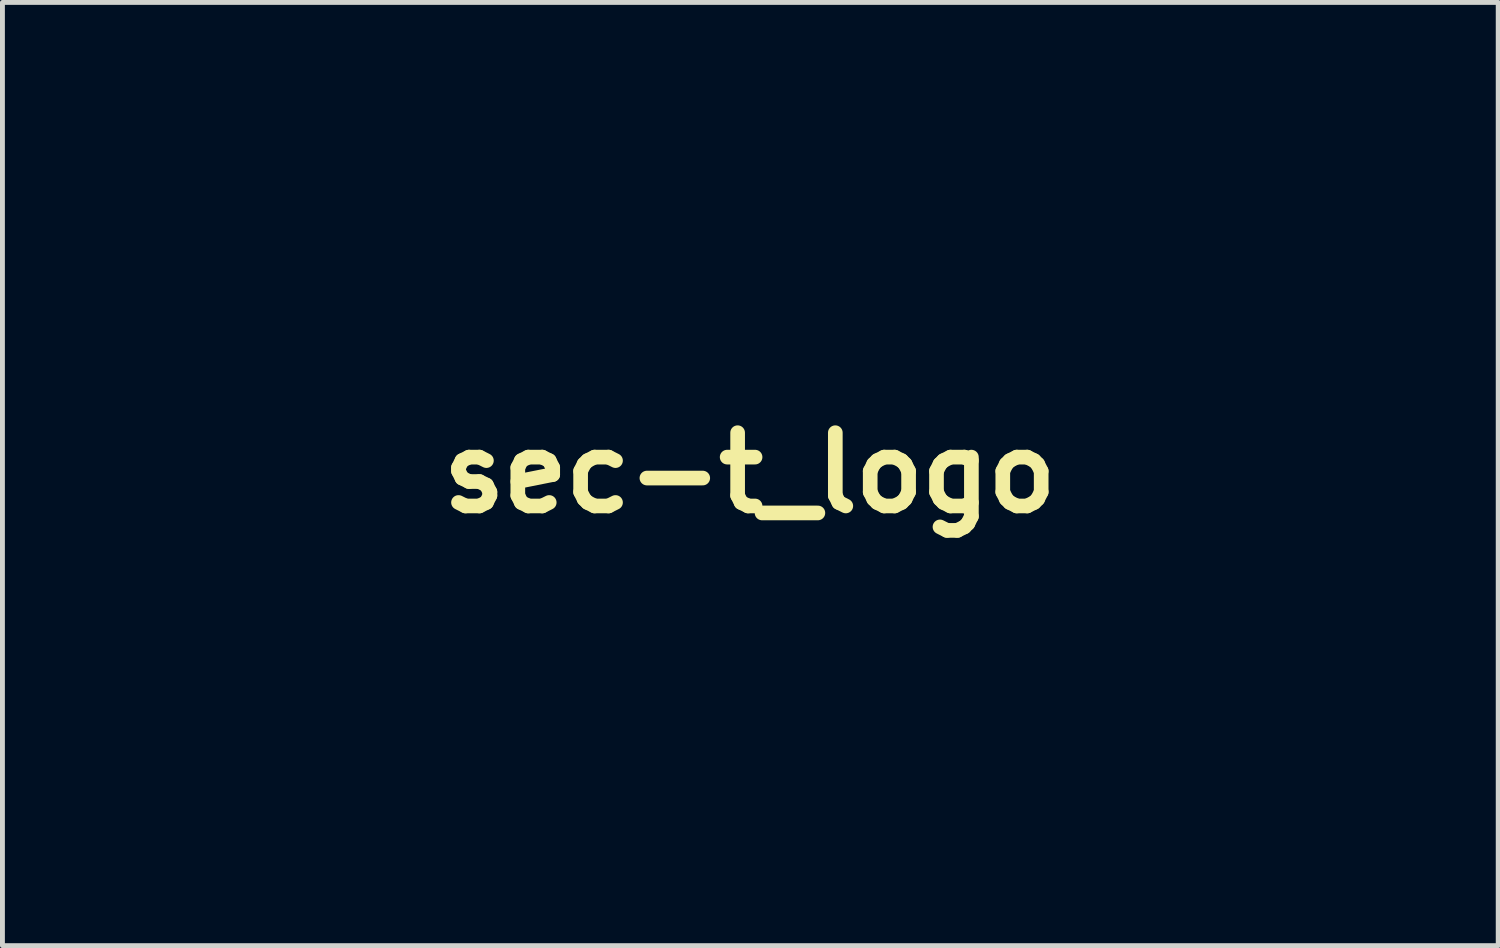
<source format=kicad_pcb>
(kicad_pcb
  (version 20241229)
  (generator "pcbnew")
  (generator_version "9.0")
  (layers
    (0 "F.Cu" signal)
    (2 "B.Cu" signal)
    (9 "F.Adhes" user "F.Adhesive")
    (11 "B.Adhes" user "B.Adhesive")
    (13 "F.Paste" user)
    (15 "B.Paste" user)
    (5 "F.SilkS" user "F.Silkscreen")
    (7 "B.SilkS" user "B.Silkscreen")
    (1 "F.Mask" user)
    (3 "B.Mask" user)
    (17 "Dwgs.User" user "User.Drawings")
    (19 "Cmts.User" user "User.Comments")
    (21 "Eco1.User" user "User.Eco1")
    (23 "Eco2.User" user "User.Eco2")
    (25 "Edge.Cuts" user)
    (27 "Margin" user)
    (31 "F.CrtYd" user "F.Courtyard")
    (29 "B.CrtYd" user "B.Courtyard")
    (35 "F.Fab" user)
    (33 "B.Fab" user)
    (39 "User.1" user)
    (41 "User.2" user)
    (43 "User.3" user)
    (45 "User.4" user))
  (footprint "sec-t_logo"
    (layer "F.Cu")
    (at 12.301 6.63)
    (property "Reference" "sec-t_logo" (at 0 0 0) (layer "F.SilkS") (effects (font (size 1.5 1.5) (thickness 0.3))))
    (attr board_only exclude_from_pos_files exclude_from_bom)
    (fp_poly (pts (xy 2.55 4.82) (xy 2.55 6.465) (xy 2.295 6.475) (xy 2.039 6.484) (xy 2.048 4.83) (xy 2.056 3.175) (xy 2.303 3.175) (xy 2.55 3.175)) (stroke (width 0) (type solid)) (fill yes) (layer "F.Mask"))
    (fp_poly (pts (xy 5.856 -1.727) (xy 5.856 -1.316) (xy 4.902 -1.316) (xy 3.948 -1.316) (xy 3.948 -1.727) (xy 3.948 -2.139) (xy 4.902 -2.139) (xy 5.856 -2.139)) (stroke (width 0) (type solid)) (fill yes) (layer "F.Mask"))
    (fp_poly (pts (xy -4.108 3.166) (xy -3.734 3.175) (xy -3.734 4.82) (xy -3.734 6.465) (xy -3.973 6.475) (xy -4.211 6.484) (xy -4.219 5.076) (xy -4.228 3.669) (xy -4.518 3.659) (xy -4.645 3.652) (xy -4.742 3.643) (xy -4.793 3.631) (xy -4.798 3.626) (xy -4.76 3.554) (xy -4.703 3.456) (xy -4.639 3.353) (xy -4.579 3.263) (xy -4.536 3.203) (xy -4.526 3.193) (xy -4.468 3.176) (xy -4.351 3.166) (xy -4.178 3.164)) (stroke (width 0) (type solid)) (fill yes) (layer "F.Mask"))
    (fp_poly (pts (xy -1.808 3.142) (xy -1.633 3.195) (xy -1.473 3.294) (xy -1.322 3.435) (xy -1.135 3.675) (xy -0.997 3.95) (xy -0.906 4.264) (xy -0.861 4.622) (xy -0.855 4.82) (xy -0.878 5.189) (xy -0.943 5.524) (xy -1.049 5.818) (xy -1.159 6.014) (xy -1.339 6.234) (xy -1.54 6.397) (xy -1.756 6.5) (xy -1.983 6.542) (xy -2.217 6.522) (xy -2.355 6.48) (xy -2.589 6.355) (xy -2.787 6.176) (xy -2.949 5.942) (xy -3.074 5.655) (xy -3.163 5.314) (xy -3.194 5.119) (xy -3.207 4.912) (xy -2.696 4.912) (xy -2.683 5.119) (xy -2.661 5.271) (xy -2.59 5.518) (xy -2.489 5.73) (xy -2.367 5.9) (xy -2.227 6.017) (xy -2.178 6.042) (xy -2.088 6.075) (xy -2.011 6.078) (xy -1.922 6.05) (xy -1.855 6.019) (xy -1.71 5.914) (xy -1.585 5.75) (xy -1.483 5.534) (xy -1.447 5.427) (xy -1.405 5.229) (xy -1.383 4.995) (xy -1.379 4.746) (xy -1.394 4.505) (xy -1.428 4.294) (xy -1.451 4.209) (xy -1.509 4.044) (xy -1.561 3.925) (xy -1.62 3.834) (xy -1.694 3.754) (xy -1.749 3.705) (xy -1.897 3.611) (xy -2.045 3.581) (xy -2.188 3.61) (xy -2.323 3.698) (xy -2.445 3.841) (xy -2.551 4.036) (xy -2.638 4.281) (xy -2.648 4.32) (xy -2.678 4.487) (xy -2.694 4.692) (xy -2.696 4.912) (xy -3.207 4.912) (xy -3.216 4.75) (xy -3.186 4.392) (xy -3.105 4.057) (xy -2.976 3.754) (xy -2.892 3.615) (xy -2.725 3.407) (xy -2.545 3.259) (xy -2.342 3.168) (xy -2.109 3.128) (xy -2.019 3.126)) (stroke (width 0) (type solid)) (fill yes) (layer "F.Mask"))
    (fp_poly (pts (xy -8.645 3.153) (xy -8.424 3.238) (xy -8.227 3.38) (xy -8.053 3.584) (xy -7.98 3.698) (xy -7.851 3.974) (xy -7.764 4.287) (xy -7.719 4.622) (xy -7.716 4.966) (xy -7.755 5.303) (xy -7.835 5.62) (xy -7.958 5.903) (xy -7.98 5.942) (xy -8.143 6.168) (xy -8.332 6.343) (xy -8.541 6.466) (xy -8.763 6.532) (xy -8.99 6.54) (xy -9.216 6.485) (xy -9.217 6.485) (xy -9.443 6.361) (xy -9.641 6.18) (xy -9.807 5.943) (xy -9.94 5.652) (xy -9.958 5.602) (xy -10 5.465) (xy -10.029 5.333) (xy -10.047 5.182) (xy -10.059 4.992) (xy -10.061 4.941) (xy -10.059 4.817) (xy -9.541 4.817) (xy -9.524 5.153) (xy -9.472 5.442) (xy -9.386 5.679) (xy -9.268 5.864) (xy -9.117 5.993) (xy -9.074 6.017) (xy -8.968 6.065) (xy -8.892 6.082) (xy -8.818 6.067) (xy -8.72 6.021) (xy -8.571 5.91) (xy -8.447 5.748) (xy -8.35 5.545) (xy -8.28 5.312) (xy -8.238 5.057) (xy -8.224 4.792) (xy -8.241 4.527) (xy -8.289 4.272) (xy -8.368 4.036) (xy -8.481 3.831) (xy -8.508 3.794) (xy -8.639 3.665) (xy -8.786 3.597) (xy -8.939 3.588) (xy -9.09 3.636) (xy -9.229 3.74) (xy -9.348 3.899) (xy -9.357 3.915) (xy -9.436 4.08) (xy -9.49 4.247) (xy -9.523 4.434) (xy -9.539 4.658) (xy -9.541 4.817) (xy -10.059 4.817) (xy -10.057 4.559) (xy -10.012 4.225) (xy -9.925 3.933) (xy -9.795 3.677) (xy -9.618 3.45) (xy -9.531 3.365) (xy -9.381 3.245) (xy -9.234 3.171) (xy -9.067 3.134) (xy -8.895 3.126)) (stroke (width 0) (type solid)) (fill yes) (layer "F.Mask"))
    (fp_poly (pts (xy 6.987 3.002) (xy 7.02 3.029) (xy 7.072 3.078) (xy 7.147 3.151) (xy 7.247 3.251) (xy 7.375 3.382) (xy 7.535 3.547) (xy 7.729 3.748) (xy 7.959 3.99) (xy 8.23 4.273) (xy 8.454 4.508) (xy 8.644 4.707) (xy 8.821 4.891) (xy 8.978 5.054) (xy 9.112 5.19) (xy 9.216 5.296) (xy 9.285 5.364) (xy 9.314 5.39) (xy 9.314 5.39) (xy 9.321 5.361) (xy 9.329 5.273) (xy 9.335 5.133) (xy 9.341 4.947) (xy 9.346 4.723) (xy 9.35 4.467) (xy 9.352 4.288) (xy 9.36 3.175) (xy 9.607 3.175) (xy 9.854 3.175) (xy 9.863 4.927) (xy 9.864 5.333) (xy 9.864 5.691) (xy 9.863 5.998) (xy 9.86 6.251) (xy 9.856 6.448) (xy 9.851 6.586) (xy 9.845 6.663) (xy 9.839 6.679) (xy 9.797 6.654) (xy 9.782 6.634) (xy 9.751 6.597) (xy 9.681 6.52) (xy 9.576 6.407) (xy 9.443 6.265) (xy 9.285 6.099) (xy 9.108 5.915) (xy 8.919 5.718) (xy 8.722 5.513) (xy 8.522 5.306) (xy 8.325 5.103) (xy 8.136 4.909) (xy 7.961 4.73) (xy 7.805 4.572) (xy 7.673 4.439) (xy 7.571 4.337) (xy 7.504 4.272) (xy 7.477 4.25) (xy 7.466 4.26) (xy 7.456 4.3) (xy 7.449 4.375) (xy 7.443 4.491) (xy 7.44 4.653) (xy 7.437 4.866) (xy 7.436 5.135) (xy 7.436 5.362) (xy 7.436 6.484) (xy 7.197 6.475) (xy 6.959 6.465) (xy 6.95 4.73) (xy 6.949 4.391) (xy 6.949 4.075) (xy 6.95 3.789) (xy 6.952 3.538) (xy 6.955 3.328) (xy 6.959 3.164) (xy 6.963 3.052) (xy 6.968 2.998) (xy 6.97 2.994)) (stroke (width 0) (type solid)) (fill yes) (layer "F.Mask"))
    (fp_poly (pts (xy 4.933 3.122) (xy 5.099 3.134) (xy 5.219 3.157) (xy 5.508 3.272) (xy 5.765 3.436) (xy 5.978 3.628) (xy 6.168 3.843) (xy 6.304 4.049) (xy 6.394 4.263) (xy 6.444 4.501) (xy 6.463 4.782) (xy 6.463 4.82) (xy 6.458 5.052) (xy 6.436 5.24) (xy 6.391 5.405) (xy 6.318 5.568) (xy 6.209 5.75) (xy 6.179 5.795) (xy 5.984 6.033) (xy 5.739 6.235) (xy 5.456 6.394) (xy 5.164 6.499) (xy 4.999 6.528) (xy 4.8 6.541) (xy 4.594 6.539) (xy 4.408 6.521) (xy 4.31 6.5) (xy 3.984 6.377) (xy 3.695 6.2) (xy 3.448 5.975) (xy 3.247 5.705) (xy 3.096 5.394) (xy 3.063 5.3) (xy 3.038 5.175) (xy 3.026 5.005) (xy 3.026 4.831) (xy 3.555 4.831) (xy 3.56 4.998) (xy 3.574 5.142) (xy 3.593 5.229) (xy 3.702 5.456) (xy 3.864 5.665) (xy 4.066 5.842) (xy 4.277 5.966) (xy 4.381 6.004) (xy 4.508 6.037) (xy 4.634 6.062) (xy 4.735 6.071) (xy 4.771 6.069) (xy 4.832 6.058) (xy 4.928 6.042) (xy 4.968 6.036) (xy 5.198 5.972) (xy 5.412 5.851) (xy 5.595 5.693) (xy 5.738 5.536) (xy 5.837 5.39) (xy 5.898 5.235) (xy 5.929 5.053) (xy 5.938 4.837) (xy 5.936 4.672) (xy 5.929 4.553) (xy 5.912 4.461) (xy 5.883 4.375) (xy 5.852 4.306) (xy 5.704 4.062) (xy 5.516 3.866) (xy 5.295 3.72) (xy 5.049 3.626) (xy 4.786 3.589) (xy 4.515 3.611) (xy 4.244 3.695) (xy 4.213 3.708) (xy 4.055 3.807) (xy 3.895 3.952) (xy 3.752 4.124) (xy 3.639 4.306) (xy 3.595 4.409) (xy 3.573 4.514) (xy 3.559 4.662) (xy 3.555 4.831) (xy 3.026 4.831) (xy 3.026 4.812) (xy 3.036 4.614) (xy 3.058 4.433) (xy 3.089 4.288) (xy 3.095 4.272) (xy 3.221 3.994) (xy 3.402 3.738) (xy 3.626 3.513) (xy 3.882 3.33) (xy 4.16 3.199) (xy 4.24 3.173) (xy 4.376 3.146) (xy 4.551 3.128) (xy 4.743 3.12)) (stroke (width 0) (type solid)) (fill yes) (layer "F.Mask"))
    (fp_poly (pts (xy -6.859 3.315) (xy -6.788 3.44) (xy -6.713 3.573) (xy -6.687 3.619) (xy -6.562 3.84) (xy -6.464 4.007) (xy -6.393 4.122) (xy -6.345 4.189) (xy -6.318 4.211) (xy -6.318 4.211) (xy -6.294 4.185) (xy -6.244 4.114) (xy -6.175 4.01) (xy -6.096 3.886) (xy -6.013 3.752) (xy -5.933 3.622) (xy -5.865 3.506) (xy -5.816 3.417) (xy -5.794 3.373) (xy -5.768 3.325) (xy -5.721 3.253) (xy -5.718 3.249) (xy -5.682 3.204) (xy -5.641 3.177) (xy -5.578 3.163) (xy -5.476 3.159) (xy -5.396 3.159) (xy -5.271 3.162) (xy -5.174 3.172) (xy -5.122 3.185) (xy -5.118 3.189) (xy -5.115 3.203) (xy -5.122 3.228) (xy -5.14 3.27) (xy -5.174 3.335) (xy -5.226 3.427) (xy -5.3 3.553) (xy -5.399 3.718) (xy -5.525 3.927) (xy -5.682 4.186) (xy -5.705 4.224) (xy -6.023 4.747) (xy -5.814 5.113) (xy -5.72 5.275) (xy -5.605 5.474) (xy -5.483 5.686) (xy -5.364 5.892) (xy -5.323 5.962) (xy -5.231 6.122) (xy -5.155 6.261) (xy -5.097 6.371) (xy -5.065 6.442) (xy -5.06 6.464) (xy -5.099 6.472) (xy -5.187 6.478) (xy -5.306 6.481) (xy -5.334 6.482) (xy -5.59 6.482) (xy -5.685 6.342) (xy -5.735 6.264) (xy -5.808 6.142) (xy -5.897 5.991) (xy -5.993 5.825) (xy -6.036 5.749) (xy -6.125 5.593) (xy -6.204 5.459) (xy -6.267 5.355) (xy -6.307 5.293) (xy -6.318 5.28) (xy -6.342 5.302) (xy -6.394 5.373) (xy -6.468 5.485) (xy -6.56 5.629) (xy -6.665 5.799) (xy -6.704 5.865) (xy -7.065 6.465) (xy -7.349 6.475) (xy -7.476 6.476) (xy -7.574 6.471) (xy -7.628 6.46) (xy -7.633 6.454) (xy -7.617 6.42) (xy -7.571 6.336) (xy -7.499 6.211) (xy -7.406 6.052) (xy -7.296 5.866) (xy -7.174 5.661) (xy -7.151 5.624) (xy -7.026 5.415) (xy -6.912 5.222) (xy -6.814 5.054) (xy -6.735 4.918) (xy -6.681 4.822) (xy -6.657 4.773) (xy -6.656 4.77) (xy -6.66 4.738) (xy -6.684 4.677) (xy -6.731 4.581) (xy -6.802 4.447) (xy -6.901 4.27) (xy -7.03 4.045) (xy -7.172 3.8) (xy -7.288 3.602) (xy -7.374 3.453) (xy -7.434 3.345) (xy -7.473 3.272) (xy -7.494 3.226) (xy -7.501 3.2) (xy -7.502 3.196) (xy -7.471 3.175) (xy -7.378 3.163) (xy -7.225 3.159) (xy -6.948 3.159)) (stroke (width 0) (type solid)) (fill yes) (layer "F.Mask"))
    (fp_poly (pts (xy 0.768 3.115) (xy 0.873 3.125) (xy 0.958 3.149) (xy 1.048 3.19) (xy 1.08 3.208) (xy 1.177 3.272) (xy 1.282 3.359) (xy 1.38 3.455) (xy 1.46 3.546) (xy 1.507 3.619) (xy 1.513 3.646) (xy 1.487 3.68) (xy 1.421 3.732) (xy 1.333 3.79) (xy 1.242 3.842) (xy 1.167 3.876) (xy 1.137 3.882) (xy 1.088 3.858) (xy 1.03 3.797) (xy 1.023 3.788) (xy 0.903 3.67) (xy 0.758 3.605) (xy 0.601 3.589) (xy 0.445 3.623) (xy 0.305 3.706) (xy 0.194 3.835) (xy 0.182 3.856) (xy 0.143 3.937) (xy 0.135 3.995) (xy 0.159 4.064) (xy 0.173 4.093) (xy 0.246 4.197) (xy 0.367 4.293) (xy 0.543 4.386) (xy 0.674 4.441) (xy 0.927 4.548) (xy 1.126 4.652) (xy 1.281 4.761) (xy 1.402 4.881) (xy 1.501 5.021) (xy 1.506 5.03) (xy 1.549 5.109) (xy 1.575 5.182) (xy 1.589 5.27) (xy 1.593 5.391) (xy 1.594 5.494) (xy 1.591 5.652) (xy 1.58 5.764) (xy 1.559 5.853) (xy 1.523 5.939) (xy 1.505 5.976) (xy 1.376 6.163) (xy 1.201 6.328) (xy 1.001 6.452) (xy 0.933 6.481) (xy 0.757 6.525) (xy 0.555 6.544) (xy 0.355 6.535) (xy 0.197 6.502) (xy -0.03 6.399) (xy -0.215 6.252) (xy -0.362 6.057) (xy -0.474 5.808) (xy -0.49 5.761) (xy -0.515 5.674) (xy -0.526 5.61) (xy -0.526 5.606) (xy -0.494 5.568) (xy -0.401 5.531) (xy -0.252 5.495) (xy -0.14 5.475) (xy -0.052 5.465) (xy -0.012 5.474) (xy -0.000336 5.508) (xy 0 5.524) (xy 0.022 5.63) (xy 0.078 5.755) (xy 0.154 5.873) (xy 0.236 5.959) (xy 0.242 5.964) (xy 0.319 6.007) (xy 0.41 6.03) (xy 0.538 6.037) (xy 0.566 6.037) (xy 0.687 6.035) (xy 0.767 6.022) (xy 0.828 5.99) (xy 0.894 5.933) (xy 0.902 5.925) (xy 1.021 5.771) (xy 1.075 5.603) (xy 1.072 5.454) (xy 1.032 5.314) (xy 0.957 5.194) (xy 0.839 5.088) (xy 0.671 4.989) (xy 0.445 4.889) (xy 0.444 4.889) (xy 0.175 4.767) (xy -0.035 4.636) (xy -0.191 4.49) (xy -0.298 4.327) (xy -0.328 4.257) (xy -0.377 4.099) (xy -0.391 3.968) (xy -0.372 3.834) (xy -0.353 3.767) (xy -0.254 3.544) (xy -0.106 3.366) (xy -0.026 3.303) (xy 0.116 3.212) (xy 0.249 3.155) (xy 0.396 3.125) (xy 0.579 3.114) (xy 0.62 3.113)) (stroke (width 0) (type solid)) (fill yes) (layer "F.Mask"))
    (fp_poly (pts (xy 2.681 -4.178) (xy 3.006 -4.175) (xy 3.271 -4.171) (xy 3.477 -4.165) (xy 3.629 -4.157) (xy 3.728 -4.147) (xy 3.763 -4.14) (xy 3.991 -4.042) (xy 4.19 -3.892) (xy 4.351 -3.701) (xy 4.468 -3.48) (xy 4.531 -3.239) (xy 4.54 -3.105) (xy 4.54 -2.928) (xy 4.113 -2.928) (xy 3.685 -2.928) (xy 3.685 -3.054) (xy 3.664 -3.174) (xy 3.609 -3.252) (xy 3.588 -3.27) (xy 3.564 -3.285) (xy 3.53 -3.297) (xy 3.48 -3.306) (xy 3.407 -3.312) (xy 3.304 -3.317) (xy 3.165 -3.32) (xy 2.984 -3.322) (xy 2.753 -3.323) (xy 2.466 -3.323) (xy 2.295 -3.323) (xy 1.058 -3.323) (xy 0.989 -3.236) (xy 0.974 -3.215) (xy 0.96 -3.189) (xy 0.95 -3.154) (xy 0.941 -3.104) (xy 0.934 -3.033) (xy 0.929 -2.935) (xy 0.926 -2.804) (xy 0.924 -2.634) (xy 0.922 -2.419) (xy 0.921 -2.154) (xy 0.921 -1.832) (xy 0.921 -1.606) (xy 0.921 -1.236) (xy 0.922 -0.926) (xy 0.924 -0.671) (xy 0.927 -0.465) (xy 0.932 -0.301) (xy 0.94 -0.174) (xy 0.95 -0.079) (xy 0.963 -0.009) (xy 0.98 0.04) (xy 1.001 0.076) (xy 1.026 0.103) (xy 1.05 0.122) (xy 1.083 0.134) (xy 1.154 0.143) (xy 1.266 0.15) (xy 1.425 0.156) (xy 1.634 0.16) (xy 1.9 0.162) (xy 2.225 0.163) (xy 2.308 0.163) (xy 2.641 0.164) (xy 2.915 0.164) (xy 3.135 0.161) (xy 3.307 0.155) (xy 3.437 0.143) (xy 3.532 0.125) (xy 3.597 0.099) (xy 3.639 0.064) (xy 3.662 0.017) (xy 3.674 -0.042) (xy 3.681 -0.115) (xy 3.685 -0.17) (xy 3.701 -0.378) (xy 4.113 -0.378) (xy 4.524 -0.378) (xy 4.534 -0.158) (xy 4.517 0.123) (xy 4.441 0.375) (xy 4.305 0.599) (xy 4.112 0.792) (xy 4.088 0.811) (xy 4.021 0.86) (xy 3.955 0.901) (xy 3.885 0.934) (xy 3.802 0.96) (xy 3.702 0.981) (xy 3.577 0.996) (xy 3.42 1.006) (xy 3.225 1.013) (xy 2.985 1.016) (xy 2.693 1.018) (xy 2.344 1.017) (xy 2.282 1.017) (xy 1.948 1.016) (xy 1.649 1.013) (xy 1.39 1.008) (xy 1.178 1.003) (xy 1.016 0.996) (xy 0.911 0.988) (xy 0.872 0.982) (xy 0.627 0.877) (xy 0.435 0.744) (xy 0.287 0.576) (xy 0.246 0.511) (xy 0.207 0.443) (xy 0.174 0.379) (xy 0.147 0.314) (xy 0.124 0.24) (xy 0.107 0.153) (xy 0.093 0.045) (xy 0.083 -0.089) (xy 0.076 -0.255) (xy 0.071 -0.459) (xy 0.068 -0.708) (xy 0.067 -1.007) (xy 0.066 -1.362) (xy 0.066 -1.579) (xy 0.067 -1.985) (xy 0.069 -2.343) (xy 0.073 -2.653) (xy 0.077 -2.909) (xy 0.083 -3.11) (xy 0.09 -3.252) (xy 0.099 -3.331) (xy 0.101 -3.34) (xy 0.196 -3.587) (xy 0.342 -3.803) (xy 0.53 -3.977) (xy 0.751 -4.101) (xy 0.776 -4.111) (xy 0.824 -4.128) (xy 0.874 -4.142) (xy 0.932 -4.153) (xy 1.005 -4.161) (xy 1.1 -4.168) (xy 1.225 -4.172) (xy 1.385 -4.175) (xy 1.588 -4.177) (xy 1.84 -4.178) (xy 2.148 -4.178) (xy 2.292 -4.178)) (stroke (width 0) (type solid)) (fill yes) (layer "F.Mask"))
    (fp_poly (pts (xy 7.395 -5.43) (xy 7.398 -5.098) (xy 7.402 -4.826) (xy 7.406 -4.61) (xy 7.412 -4.446) (xy 7.419 -4.328) (xy 7.428 -4.251) (xy 7.439 -4.212) (xy 7.444 -4.205) (xy 7.487 -4.198) (xy 7.586 -4.192) (xy 7.734 -4.187) (xy 7.922 -4.184) (xy 8.142 -4.181) (xy 8.384 -4.18) (xy 8.451 -4.18) (xy 8.696 -4.18) (xy 8.919 -4.18) (xy 9.112 -4.178) (xy 9.266 -4.176) (xy 9.374 -4.174) (xy 9.426 -4.171) (xy 9.429 -4.17) (xy 9.411 -4.144) (xy 9.353 -4.08) (xy 9.262 -3.985) (xy 9.146 -3.866) (xy 9.02 -3.74) (xy 8.598 -3.323) (xy 8 -3.323) (xy 7.403 -3.323) (xy 7.403 -1.647) (xy 7.403 0.028) (xy 7.49 0.096) (xy 7.513 0.113) (xy 7.54 0.127) (xy 7.576 0.138) (xy 7.63 0.146) (xy 7.706 0.153) (xy 7.81 0.158) (xy 7.95 0.161) (xy 8.131 0.163) (xy 8.36 0.164) (xy 8.643 0.164) (xy 8.945 0.164) (xy 9.262 0.163) (xy 9.557 0.16) (xy 9.823 0.157) (xy 10.053 0.152) (xy 10.239 0.146) (xy 10.376 0.139) (xy 10.455 0.132) (xy 10.463 0.13) (xy 10.736 0.037) (xy 10.978 -0.111) (xy 11.183 -0.311) (xy 11.343 -0.555) (xy 11.355 -0.579) (xy 11.466 -0.806) (xy 11.466 -2.418) (xy 11.466 -4.03) (xy 11.378 -4.219) (xy 11.228 -4.463) (xy 11.028 -4.674) (xy 10.789 -4.841) (xy 10.627 -4.917) (xy 10.577 -4.924) (xy 10.468 -4.932) (xy 10.309 -4.94) (xy 10.107 -4.948) (xy 9.869 -4.955) (xy 9.604 -4.961) (xy 9.319 -4.966) (xy 9.245 -4.967) (xy 7.946 -4.985) (xy 7.937 -5.405) (xy 7.927 -5.826) (xy 9.302 -5.817) (xy 9.649 -5.814) (xy 9.937 -5.812) (xy 10.174 -5.808) (xy 10.368 -5.803) (xy 10.524 -5.795) (xy 10.652 -5.783) (xy 10.758 -5.766) (xy 10.85 -5.744) (xy 10.934 -5.716) (xy 11.019 -5.681) (xy 11.111 -5.637) (xy 11.216 -5.586) (xy 11.426 -5.458) (xy 11.638 -5.282) (xy 11.836 -5.076) (xy 12.006 -4.854) (xy 12.132 -4.634) (xy 12.137 -4.623) (xy 12.176 -4.538) (xy 12.205 -4.475) (xy 12.23 -4.418) (xy 12.252 -4.355) (xy 12.27 -4.282) (xy 12.284 -4.191) (xy 12.296 -4.079) (xy 12.305 -3.937) (xy 12.311 -3.762) (xy 12.316 -3.546) (xy 12.319 -3.286) (xy 12.321 -2.973) (xy 12.322 -2.604) (xy 12.322 -2.385) (xy 12.322 -2.01) (xy 12.321 -1.694) (xy 12.32 -1.432) (xy 12.319 -1.218) (xy 12.316 -1.045) (xy 12.312 -0.908) (xy 12.307 -0.801) (xy 12.3 -0.717) (xy 12.291 -0.65) (xy 12.28 -0.595) (xy 12.267 -0.546) (xy 12.251 -0.496) (xy 12.247 -0.486) (xy 12.095 -0.126) (xy 11.895 0.189) (xy 11.65 0.458) (xy 11.362 0.677) (xy 11.034 0.845) (xy 10.668 0.96) (xy 10.547 0.985) (xy 10.469 0.993) (xy 10.335 1) (xy 10.155 1.006) (xy 9.936 1.01) (xy 9.686 1.013) (xy 9.416 1.016) (xy 9.132 1.017) (xy 8.843 1.017) (xy 8.557 1.016) (xy 8.284 1.013) (xy 8.031 1.01) (xy 7.806 1.006) (xy 7.619 1) (xy 7.477 0.994) (xy 7.389 0.986) (xy 7.37 0.982) (xy 7.119 0.881) (xy 6.9 0.727) (xy 6.723 0.53) (xy 6.651 0.413) (xy 6.564 0.247) (xy 6.564 -3.191) (xy 6.564 -6.63) (xy 6.975 -6.63) (xy 7.386 -6.63)) (stroke (width 0) (type solid)) (fill yes) (layer "F.Mask"))
    (fp_poly (pts (xy -2.691 -4.18) (xy -2.419 -4.179) (xy -2.16 -4.176) (xy -1.922 -4.171) (xy -1.713 -4.165) (xy -1.543 -4.158) (xy -1.421 -4.149) (xy -1.354 -4.139) (xy -1.351 -4.139) (xy -1.197 -4.069) (xy -1.04 -3.97) (xy -0.901 -3.858) (xy -0.809 -3.755) (xy -0.744 -3.656) (xy -0.694 -3.564) (xy -0.656 -3.468) (xy -0.629 -3.358) (xy -0.61 -3.223) (xy -0.599 -3.055) (xy -0.594 -2.843) (xy -0.592 -2.577) (xy -0.592 -2.517) (xy -0.592 -1.744) (xy -2.362 -1.744) (xy -2.775 -1.743) (xy -3.126 -1.742) (xy -3.418 -1.74) (xy -3.657 -1.737) (xy -3.845 -1.733) (xy -3.987 -1.728) (xy -4.086 -1.721) (xy -4.146 -1.713) (xy -4.172 -1.704) (xy -4.185 -1.659) (xy -4.195 -1.559) (xy -4.203 -1.416) (xy -4.209 -1.24) (xy -4.213 -1.042) (xy -4.214 -0.834) (xy -4.212 -0.627) (xy -4.208 -0.431) (xy -4.202 -0.258) (xy -4.193 -0.118) (xy -4.182 -0.024) (xy -4.173 0.01) (xy -4.152 0.049) (xy -4.128 0.08) (xy -4.095 0.105) (xy -4.048 0.125) (xy -3.978 0.139) (xy -3.88 0.149) (xy -3.747 0.156) (xy -3.574 0.16) (xy -3.352 0.162) (xy -3.076 0.163) (xy -2.825 0.163) (xy -2.491 0.164) (xy -2.218 0.164) (xy -1.998 0.161) (xy -1.826 0.155) (xy -1.695 0.143) (xy -1.601 0.125) (xy -1.536 0.099) (xy -1.494 0.064) (xy -1.47 0.017) (xy -1.458 -0.042) (xy -1.452 -0.115) (xy -1.448 -0.17) (xy -1.431 -0.378) (xy -1.02 -0.378) (xy -0.609 -0.378) (xy -0.599 -0.158) (xy -0.616 0.123) (xy -0.692 0.375) (xy -0.827 0.599) (xy -1.021 0.792) (xy -1.045 0.811) (xy -1.112 0.86) (xy -1.177 0.901) (xy -1.248 0.934) (xy -1.33 0.96) (xy -1.431 0.981) (xy -1.556 0.996) (xy -1.713 1.006) (xy -1.908 1.013) (xy -2.148 1.016) (xy -2.439 1.018) (xy -2.789 1.017) (xy -2.851 1.017) (xy -3.175 1.016) (xy -3.467 1.013) (xy -3.724 1.009) (xy -3.937 1.003) (xy -4.103 0.997) (xy -4.213 0.989) (xy -4.261 0.982) (xy -4.519 0.866) (xy -4.729 0.707) (xy -4.889 0.504) (xy -5 0.257) (xy -5.02 0.19) (xy -5.032 0.111) (xy -5.042 -0.026) (xy -5.051 -0.212) (xy -5.058 -0.439) (xy -5.063 -0.698) (xy -5.067 -0.983) (xy -5.07 -1.283) (xy -5.07 -1.591) (xy -5.07 -1.899) (xy -5.067 -2.198) (xy -5.063 -2.481) (xy -5.057 -2.738) (xy -5.057 -2.742) (xy -4.215 -2.742) (xy -4.211 -2.69) (xy -4.196 -2.649) (xy -4.163 -2.619) (xy -4.107 -2.597) (xy -4.022 -2.582) (xy -3.902 -2.573) (xy -3.742 -2.569) (xy -3.536 -2.569) (xy -3.278 -2.571) (xy -2.962 -2.573) (xy -2.818 -2.574) (xy -1.464 -2.583) (xy -1.455 -2.875) (xy -1.451 -3.019) (xy -1.455 -3.113) (xy -1.469 -3.175) (xy -1.496 -3.221) (xy -1.518 -3.245) (xy -1.591 -3.323) (xy -2.8 -3.323) (xy -3.077 -3.323) (xy -3.335 -3.321) (xy -3.566 -3.319) (xy -3.761 -3.315) (xy -3.914 -3.312) (xy -4.017 -3.307) (xy -4.062 -3.303) (xy -4.062 -3.303) (xy -4.133 -3.242) (xy -4.183 -3.127) (xy -4.209 -2.967) (xy -4.211 -2.883) (xy -4.213 -2.806) (xy -4.215 -2.742) (xy -5.057 -2.742) (xy -5.05 -2.962) (xy -5.041 -3.145) (xy -5.031 -3.277) (xy -5.02 -3.348) (xy -4.934 -3.579) (xy -4.809 -3.781) (xy -4.691 -3.909) (xy -4.618 -3.968) (xy -4.54 -4.017) (xy -4.44 -4.068) (xy -4.298 -4.128) (xy -4.267 -4.141) (xy -4.209 -4.151) (xy -4.094 -4.16) (xy -3.931 -4.167) (xy -3.727 -4.172) (xy -3.493 -4.177) (xy -3.236 -4.179) (xy -2.966 -4.181)) (stroke (width 0) (type solid)) (fill yes) (layer "F.Mask"))
    (fp_poly (pts (xy 6.014 -5.404) (xy 6.005 -4.985) (xy -2.27 -4.968) (xy -10.545 -4.952) (xy -10.752 -4.856) (xy -10.956 -4.732) (xy -11.144 -4.56) (xy -11.299 -4.361) (xy -11.389 -4.188) (xy -11.407 -4.143) (xy -11.422 -4.101) (xy -11.434 -4.054) (xy -11.443 -3.996) (xy -11.451 -3.922) (xy -11.456 -3.825) (xy -11.461 -3.7) (xy -11.463 -3.539) (xy -11.465 -3.338) (xy -11.466 -3.089) (xy -11.466 -2.787) (xy -11.466 -2.426) (xy -11.466 -2.402) (xy -11.466 -0.806) (xy -11.358 -0.586) (xy -11.2 -0.334) (xy -10.998 -0.129) (xy -10.755 0.025) (xy -10.474 0.125) (xy -10.456 0.129) (xy -10.382 0.138) (xy -10.244 0.145) (xy -10.042 0.152) (xy -9.778 0.157) (xy -9.454 0.161) (xy -9.07 0.163) (xy -8.627 0.164) (xy -8.472 0.165) (xy -8.072 0.164) (xy -7.732 0.164) (xy -7.447 0.162) (xy -7.212 0.16) (xy -7.023 0.157) (xy -6.874 0.153) (xy -6.759 0.148) (xy -6.674 0.142) (xy -6.613 0.134) (xy -6.572 0.124) (xy -6.546 0.114) (xy -6.449 0.064) (xy -6.449 -0.79) (xy -6.449 -1.643) (xy -6.546 -1.694) (xy -6.579 -1.707) (xy -6.629 -1.717) (xy -6.701 -1.726) (xy -6.802 -1.732) (xy -6.937 -1.737) (xy -7.114 -1.74) (xy -7.338 -1.742) (xy -7.616 -1.744) (xy -7.925 -1.744) (xy -8.25 -1.744) (xy -8.517 -1.745) (xy -8.732 -1.746) (xy -8.901 -1.749) (xy -9.032 -1.753) (xy -9.132 -1.759) (xy -9.207 -1.767) (xy -9.265 -1.777) (xy -9.311 -1.791) (xy -9.354 -1.807) (xy -9.365 -1.811) (xy -9.595 -1.941) (xy -9.774 -2.113) (xy -9.902 -2.317) (xy -9.943 -2.405) (xy -9.971 -2.48) (xy -9.988 -2.558) (xy -9.997 -2.654) (xy -10.001 -2.783) (xy -10.002 -2.963) (xy -10.002 -2.969) (xy -10.001 -3.149) (xy -9.998 -3.279) (xy -9.989 -3.375) (xy -9.972 -3.45) (xy -9.945 -3.522) (xy -9.906 -3.604) (xy -9.902 -3.612) (xy -9.769 -3.82) (xy -9.6 -3.98) (xy -9.386 -4.101) (xy -9.211 -4.178) (xy -7.682 -4.178) (xy -7.371 -4.178) (xy -7.082 -4.176) (xy -6.821 -4.174) (xy -6.593 -4.171) (xy -6.406 -4.167) (xy -6.266 -4.162) (xy -6.18 -4.157) (xy -6.153 -4.152) (xy -6.175 -4.121) (xy -6.237 -4.053) (xy -6.33 -3.954) (xy -6.449 -3.834) (xy -6.559 -3.724) (xy -6.965 -3.323) (xy -8 -3.323) (xy -8.3 -3.323) (xy -8.54 -3.321) (xy -8.728 -3.318) (xy -8.869 -3.313) (xy -8.971 -3.306) (xy -9.041 -3.297) (xy -9.083 -3.285) (xy -9.099 -3.276) (xy -9.132 -3.243) (xy -9.151 -3.191) (xy -9.161 -3.105) (xy -9.163 -2.97) (xy -9.163 -2.961) (xy -9.161 -2.823) (xy -9.152 -2.735) (xy -9.133 -2.682) (xy -9.101 -2.648) (xy -9.099 -2.646) (xy -9.072 -2.634) (xy -9.024 -2.623) (xy -8.948 -2.615) (xy -8.84 -2.609) (xy -8.692 -2.605) (xy -8.499 -2.602) (xy -8.255 -2.6) (xy -7.954 -2.599) (xy -7.8 -2.599) (xy -7.452 -2.598) (xy -7.164 -2.596) (xy -6.927 -2.593) (xy -6.735 -2.586) (xy -6.58 -2.576) (xy -6.455 -2.561) (xy -6.353 -2.542) (xy -6.268 -2.517) (xy -6.191 -2.485) (xy -6.117 -2.447) (xy -6.073 -2.422) (xy -5.896 -2.287) (xy -5.755 -2.11) (xy -5.67 -1.948) (xy -5.648 -1.897) (xy -5.631 -1.848) (xy -5.618 -1.792) (xy -5.608 -1.721) (xy -5.601 -1.628) (xy -5.597 -1.503) (xy -5.595 -1.34) (xy -5.594 -1.129) (xy -5.593 -0.863) (xy -5.593 -0.785) (xy -5.593 0.204) (xy -5.693 0.413) (xy -5.827 0.628) (xy -6.004 0.796) (xy -6.227 0.918) (xy -6.398 0.975) (xy -6.468 0.985) (xy -6.598 0.993) (xy -6.778 1.001) (xy -7.002 1.007) (xy -7.262 1.012) (xy -7.552 1.016) (xy -7.863 1.018) (xy -8.188 1.02) (xy -8.521 1.02) (xy -8.853 1.019) (xy -9.178 1.017) (xy -9.488 1.013) (xy -9.775 1.009) (xy -10.033 1.003) (xy -10.254 0.997) (xy -10.431 0.989) (xy -10.555 0.98) (xy -10.611 0.972) (xy -10.981 0.863) (xy -11.317 0.7) (xy -11.613 0.485) (xy -11.868 0.22) (xy -12.077 -0.091) (xy -12.156 -0.246) (xy -12.184 -0.308) (xy -12.208 -0.369) (xy -12.227 -0.433) (xy -12.244 -0.508) (xy -12.257 -0.598) (xy -12.267 -0.71) (xy -12.276 -0.849) (xy -12.282 -1.023) (xy -12.286 -1.235) (xy -12.29 -1.493) (xy -12.293 -1.802) (xy -12.295 -2.168) (xy -12.296 -2.368) (xy -12.298 -2.753) (xy -12.3 -3.079) (xy -12.301 -3.351) (xy -12.3 -3.574) (xy -12.299 -3.755) (xy -12.296 -3.899) (xy -12.292 -4.013) (xy -12.286 -4.102) (xy -12.278 -4.172) (xy -12.268 -4.229) (xy -12.256 -4.279) (xy -12.242 -4.327) (xy -12.237 -4.342) (xy -12.136 -4.609) (xy -12.012 -4.838) (xy -11.851 -5.052) (xy -11.698 -5.215) (xy -11.501 -5.394) (xy -11.303 -5.535) (xy -11.081 -5.651) (xy -10.841 -5.748) (xy -10.822 -5.754) (xy -10.798 -5.76) (xy -10.767 -5.765) (xy -10.726 -5.77) (xy -10.674 -5.775) (xy -10.608 -5.779) (xy -10.524 -5.783) (xy -10.422 -5.786) (xy -10.298 -5.789) (xy -10.15 -5.792) (xy -9.976 -5.795) (xy -9.773 -5.797) (xy -9.539 -5.8) (xy -9.271 -5.802) (xy -8.967 -5.803) (xy -8.624 -5.805) (xy -8.24 -5.806) (xy -7.813 -5.808) (xy -7.341 -5.809) (xy -6.82 -5.81) (xy -6.248 -5.811) (xy -5.623 -5.812) (xy -4.943 -5.813) (xy -4.205 -5.814) (xy -3.406 -5.814) (xy -2.545 -5.815) (xy -2.327 -5.816) (xy 6.023 -5.824)) (stroke (width 0) (type solid)) (fill yes) (layer "F.Mask")))
  (gr_rect
    (start -3 -3)
    (end 27.622 16.309)
    (stroke (width 0.1) (type default))
    (fill no)
    (layer "Edge.Cuts")))
</source>
